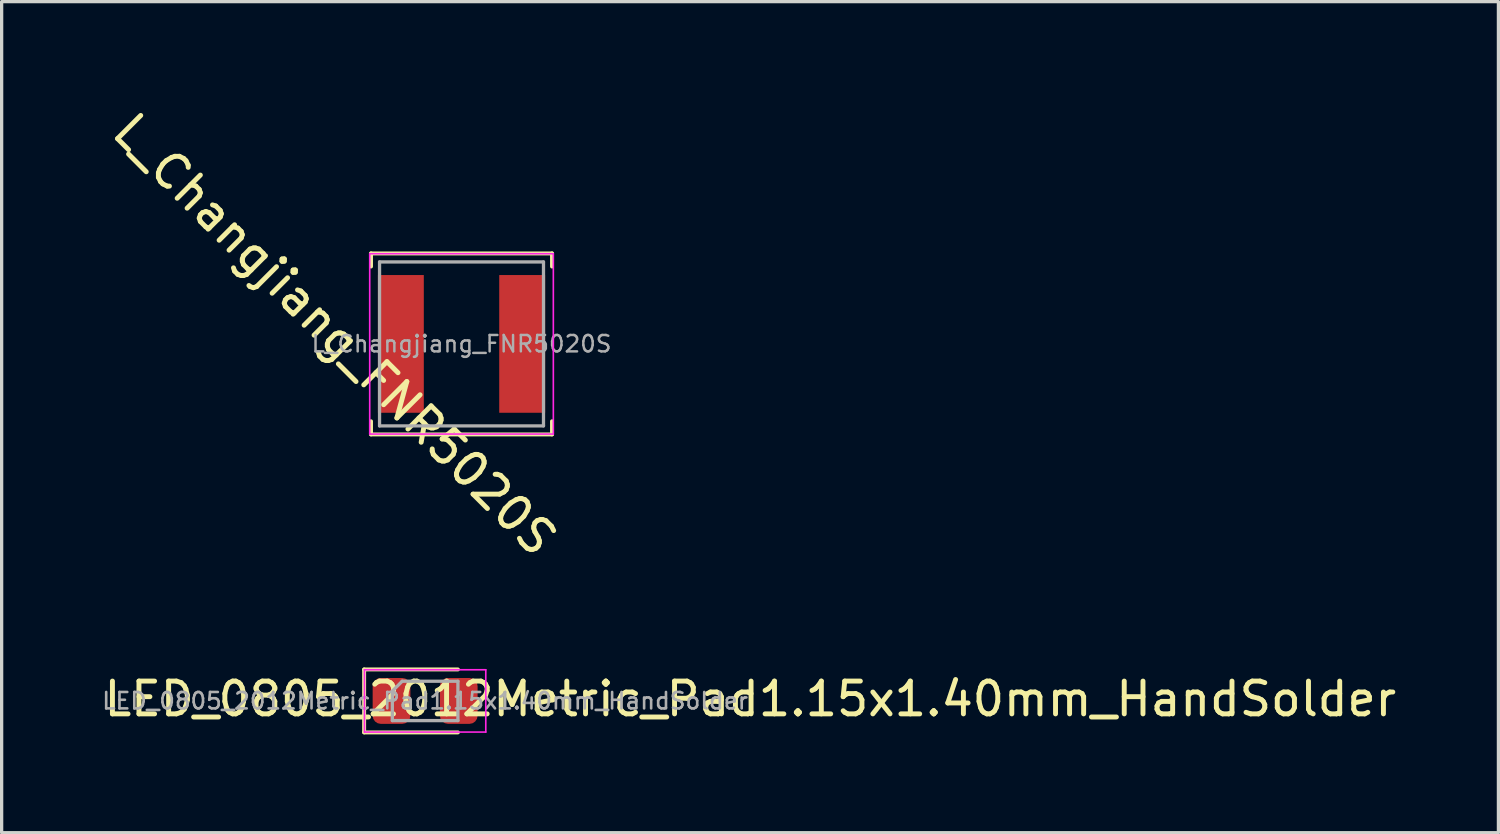
<source format=kicad_pcb>
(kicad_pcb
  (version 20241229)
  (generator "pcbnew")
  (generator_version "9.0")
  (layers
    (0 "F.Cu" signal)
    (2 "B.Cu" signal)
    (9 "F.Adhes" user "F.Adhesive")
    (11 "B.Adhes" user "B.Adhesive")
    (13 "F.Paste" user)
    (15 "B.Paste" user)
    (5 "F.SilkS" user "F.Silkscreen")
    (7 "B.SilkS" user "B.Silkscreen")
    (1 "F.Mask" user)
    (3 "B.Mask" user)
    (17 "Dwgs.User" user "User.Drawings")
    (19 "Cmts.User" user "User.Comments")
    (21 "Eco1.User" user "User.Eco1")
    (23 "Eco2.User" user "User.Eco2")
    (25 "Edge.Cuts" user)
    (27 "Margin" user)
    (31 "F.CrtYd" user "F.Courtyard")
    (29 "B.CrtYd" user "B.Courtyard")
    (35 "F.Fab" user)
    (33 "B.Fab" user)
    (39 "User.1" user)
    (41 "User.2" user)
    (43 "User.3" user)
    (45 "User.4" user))
  (footprint "LED_0805_2012Metric_Pad1.15x1.40mm_HandSolder"
    (layer "F.Cu")
    (at 9.915 18.326)
    (property "Reference" "LED_0805_2012Metric_Pad1.15x1.40mm_HandSolder" (at 9.916 -0.06 0) (layer "F.SilkS") (effects (font (size 1 1) (thickness 0.15))))
    (attr smd)
    (fp_line (start -1.86 -0.96) (end -1.86 0.96) (stroke (width 0.12) (type solid)) (layer "F.SilkS"))
    (fp_line (start -1.86 0.96) (end 1 0.96) (stroke (width 0.12) (type solid)) (layer "F.SilkS"))
    (fp_line (start 1 -0.96) (end -1.86 -0.96) (stroke (width 0.12) (type solid)) (layer "F.SilkS"))
    (fp_line (start -1.85 -0.95) (end 1.85 -0.95) (stroke (width 0.05) (type solid)) (layer "F.CrtYd"))
    (fp_line (start -1.85 0.95) (end -1.85 -0.95) (stroke (width 0.05) (type solid)) (layer "F.CrtYd"))
    (fp_line (start 1.85 -0.95) (end 1.85 0.95) (stroke (width 0.05) (type solid)) (layer "F.CrtYd"))
    (fp_line (start 1.85 0.95) (end -1.85 0.95) (stroke (width 0.05) (type solid)) (layer "F.CrtYd"))
    (fp_line (start -1 -0.3) (end -1 0.6) (stroke (width 0.1) (type solid)) (layer "F.Fab"))
    (fp_line (start -1 0.6) (end 1 0.6) (stroke (width 0.1) (type solid)) (layer "F.Fab"))
    (fp_line (start -0.7 -0.6) (end -1 -0.3) (stroke (width 0.1) (type solid)) (layer "F.Fab"))
    (fp_line (start 1 -0.6) (end -0.7 -0.6) (stroke (width 0.1) (type solid)) (layer "F.Fab"))
    (fp_line (start 1 0.6) (end 1 -0.6) (stroke (width 0.1) (type solid)) (layer "F.Fab"))
    (fp_text user "${REFERENCE}" (at 0 0 0) (layer "F.Fab") (effects (font (size 0.5 0.5) (thickness 0.08))))
    (pad "1" smd roundrect (at -1.025 0) (size 1.15 1.4) (layers "F.Cu" "F.Mask" "F.Paste") (roundrect_rratio 0.217))
    (pad "2" smd roundrect (at 1.025 0) (size 1.15 1.4) (layers "F.Cu" "F.Mask" "F.Paste") (roundrect_rratio 0.217)))
  (footprint "L_Changjiang_FNR5020S"
    (layer "F.Cu")
    (at 11.025 7.438)
    (property "Reference" "L_Changjiang_FNR5020S" (at -3.872 -0.285 135) (layer "F.SilkS") (effects (font (size 1 1) (thickness 0.15))))
    (attr smd)
    (fp_line (start -2.76 -2.76) (end -2.76 -2.36) (stroke (width 0.12) (type solid)) (layer "F.SilkS"))
    (fp_line (start -2.76 -2.76) (end 2.76 -2.76) (stroke (width 0.12) (type solid)) (layer "F.SilkS"))
    (fp_line (start -2.76 2.76) (end -2.76 2.36) (stroke (width 0.12) (type solid)) (layer "F.SilkS"))
    (fp_line (start -2.76 2.76) (end 2.76 2.76) (stroke (width 0.12) (type solid)) (layer "F.SilkS"))
    (fp_line (start 2.76 -2.76) (end 2.76 -2.36) (stroke (width 0.12) (type solid)) (layer "F.SilkS"))
    (fp_line (start 2.76 2.76) (end 2.76 2.36) (stroke (width 0.12) (type solid)) (layer "F.SilkS"))
    (fp_line (start -2.8 -2.75) (end -2.8 2.75) (stroke (width 0.05) (type solid)) (layer "F.CrtYd"))
    (fp_line (start -2.8 2.75) (end 2.8 2.75) (stroke (width 0.05) (type solid)) (layer "F.CrtYd"))
    (fp_line (start 2.8 -2.75) (end -2.8 -2.75) (stroke (width 0.05) (type solid)) (layer "F.CrtYd"))
    (fp_line (start 2.8 2.75) (end 2.8 -2.75) (stroke (width 0.05) (type solid)) (layer "F.CrtYd"))
    (fp_line (start -2.5 -2.5) (end -2.5 2.5) (stroke (width 0.1) (type solid)) (layer "F.Fab"))
    (fp_line (start -2.5 2.5) (end 2.5 2.5) (stroke (width 0.1) (type solid)) (layer "F.Fab"))
    (fp_line (start 2.5 -2.5) (end -2.5 -2.5) (stroke (width 0.1) (type solid)) (layer "F.Fab"))
    (fp_line (start 2.5 2.5) (end 2.5 -2.5) (stroke (width 0.1) (type solid)) (layer "F.Fab"))
    (fp_text user "${REFERENCE}" (at 0 0 180) (layer "F.Fab") (effects (font (size 0.5 0.5) (thickness 0.075))))
    (pad "1" smd rect (at -1.85 0) (size 1.4 4.2) (layers "F.Cu" "F.Mask" "F.Paste"))
    (pad "2" smd rect (at 1.85 0) (size 1.4 4.2) (layers "F.Cu" "F.Mask" "F.Paste")))
  (gr_rect
    (start -3 -3)
    (end 42.647 22.346)
    (stroke (width 0.1) (type default))
    (fill no)
    (layer "Edge.Cuts")))
</source>
